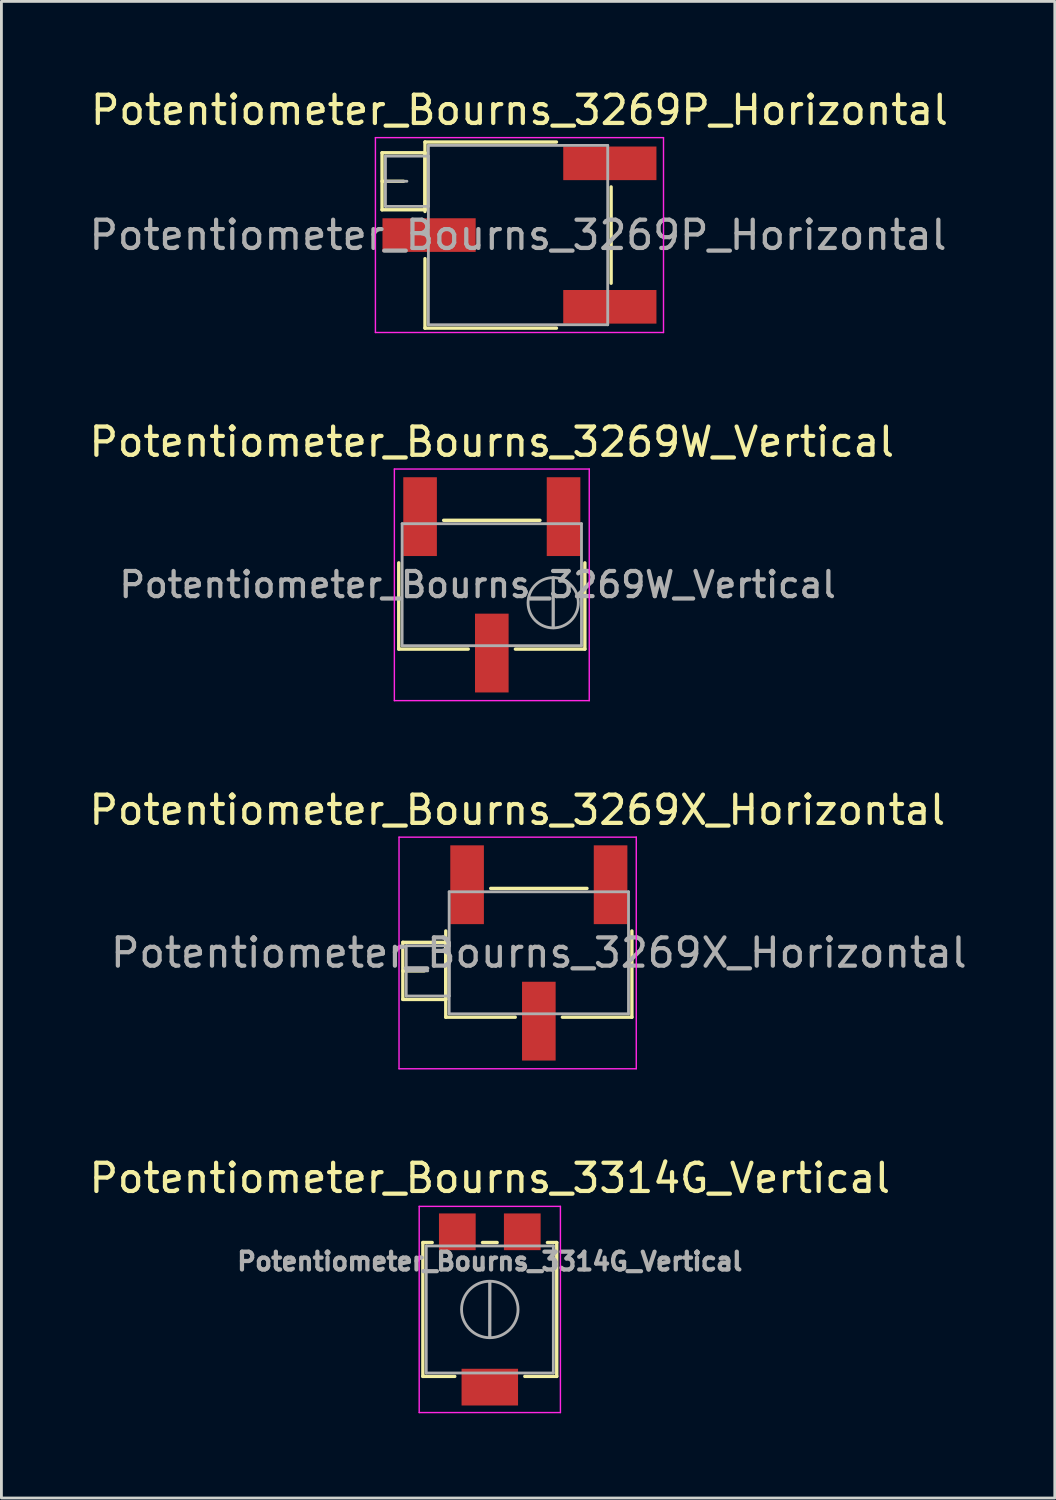
<source format=kicad_pcb>
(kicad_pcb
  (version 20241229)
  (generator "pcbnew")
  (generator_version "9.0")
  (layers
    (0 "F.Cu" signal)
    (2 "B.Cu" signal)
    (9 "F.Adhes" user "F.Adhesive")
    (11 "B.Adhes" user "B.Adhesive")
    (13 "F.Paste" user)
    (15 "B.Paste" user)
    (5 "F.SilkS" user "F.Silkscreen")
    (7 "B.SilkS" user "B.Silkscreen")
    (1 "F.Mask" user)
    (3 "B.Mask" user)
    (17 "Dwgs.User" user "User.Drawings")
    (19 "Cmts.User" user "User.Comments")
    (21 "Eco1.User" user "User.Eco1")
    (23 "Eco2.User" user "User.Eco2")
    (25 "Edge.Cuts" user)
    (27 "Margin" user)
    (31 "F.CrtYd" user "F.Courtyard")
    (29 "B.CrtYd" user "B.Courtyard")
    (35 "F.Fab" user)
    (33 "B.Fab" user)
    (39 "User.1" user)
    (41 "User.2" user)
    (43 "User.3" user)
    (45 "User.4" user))
  (footprint "Potentiometer_Bourns_3269W_Vertical"
    (layer "F.Cu")
    (at 14.363 17.657)
    (property "Reference" "Potentiometer_Bourns_3269W_Vertical" (at 0 -5.06 0) (layer "F.SilkS") (effects (font (size 1 1) (thickness 0.15))))
    (attr smd)
    (fp_line (start -3.295 -0.779) (end -3.295 2.275) (stroke (width 0.12) (type solid)) (layer "F.SilkS"))
    (fp_line (start -3.295 2.275) (end -0.835 2.275) (stroke (width 0.12) (type solid)) (layer "F.SilkS"))
    (fp_line (start -1.705 -2.285) (end 1.705 -2.285) (stroke (width 0.12) (type solid)) (layer "F.SilkS"))
    (fp_line (start 0.835 2.275) (end 3.295 2.275) (stroke (width 0.12) (type solid)) (layer "F.SilkS"))
    (fp_line (start 3.295 -0.779) (end 3.295 2.275) (stroke (width 0.12) (type solid)) (layer "F.SilkS"))
    (fp_line (start -3.45 -4.1) (end -3.45 4.1) (stroke (width 0.05) (type solid)) (layer "F.CrtYd"))
    (fp_line (start -3.45 4.1) (end 3.45 4.1) (stroke (width 0.05) (type solid)) (layer "F.CrtYd"))
    (fp_line (start 3.45 -4.1) (end -3.45 -4.1) (stroke (width 0.05) (type solid)) (layer "F.CrtYd"))
    (fp_line (start 3.45 4.1) (end 3.45 -4.1) (stroke (width 0.05) (type solid)) (layer "F.CrtYd"))
    (fp_line (start -3.175 -2.165) (end -3.175 2.155) (stroke (width 0.1) (type solid)) (layer "F.Fab"))
    (fp_line (start -3.175 2.155) (end 3.175 2.155) (stroke (width 0.1) (type solid)) (layer "F.Fab"))
    (fp_line (start 2.173 1.517) (end 2.174 -0.246) (stroke (width 0.1) (type solid)) (layer "F.Fab"))
    (fp_line (start 2.173 1.517) (end 2.174 -0.246) (stroke (width 0.1) (type solid)) (layer "F.Fab"))
    (fp_line (start 3.175 -2.165) (end -3.175 -2.165) (stroke (width 0.1) (type solid)) (layer "F.Fab"))
    (fp_line (start 3.175 2.155) (end 3.175 -2.165) (stroke (width 0.1) (type solid)) (layer "F.Fab"))
    (fp_circle (center 2.173 0.635) (end 3.063 0.635) (stroke (width 0.1) (type solid)) (fill no) (layer "F.Fab"))
    (fp_text user "${REFERENCE}" (at -0.501 -0.005 0) (layer "F.Fab") (effects (font (size 0.89 0.89) (thickness 0.15))))
    (pad "1" smd rect (at 2.54 -2.415) (size 1.19 2.79) (layers "F.Cu" "F.Mask" "F.Paste"))
    (pad "2" smd rect (at 0 2.415) (size 1.19 2.79) (layers "F.Cu" "F.Mask" "F.Paste"))
    (pad "3" smd rect (at -2.54 -2.415) (size 1.19 2.79) (layers "F.Cu" "F.Mask" "F.Paste")))
  (footprint "Potentiometer_Bourns_3269X_Horizontal"
    (layer "F.Cu")
    (at 16.028 30.69)
    (property "Reference" "Potentiometer_Bourns_3269X_Horizontal" (at -0.76 -5.06 0) (layer "F.SilkS") (effects (font (size 1 1) (thickness 0.15))))
    (attr smd)
    (fp_line (start -4.815 -0.375) (end -4.815 1.645) (stroke (width 0.12) (type solid)) (layer "F.SilkS"))
    (fp_line (start -4.815 -0.375) (end -3.296 -0.375) (stroke (width 0.12) (type solid)) (layer "F.SilkS"))
    (fp_line (start -4.815 0.635) (end -4.056 0.635) (stroke (width 0.12) (type solid)) (layer "F.SilkS"))
    (fp_line (start -4.815 1.645) (end -3.296 1.645) (stroke (width 0.12) (type solid)) (layer "F.SilkS"))
    (fp_line (start -3.296 -0.375) (end -3.296 1.645) (stroke (width 0.12) (type solid)) (layer "F.SilkS"))
    (fp_line (start -3.295 -0.779) (end -3.295 2.275) (stroke (width 0.12) (type solid)) (layer "F.SilkS"))
    (fp_line (start -3.295 2.275) (end -0.835 2.275) (stroke (width 0.12) (type solid)) (layer "F.SilkS"))
    (fp_line (start -1.705 -2.285) (end 1.705 -2.285) (stroke (width 0.12) (type solid)) (layer "F.SilkS"))
    (fp_line (start 0.835 2.275) (end 3.295 2.275) (stroke (width 0.12) (type solid)) (layer "F.SilkS"))
    (fp_line (start 3.295 -0.779) (end 3.295 2.275) (stroke (width 0.12) (type solid)) (layer "F.SilkS"))
    (fp_line (start -4.95 -4.1) (end -4.95 4.1) (stroke (width 0.05) (type solid)) (layer "F.CrtYd"))
    (fp_line (start -4.95 4.1) (end 3.45 4.1) (stroke (width 0.05) (type solid)) (layer "F.CrtYd"))
    (fp_line (start 3.45 -4.1) (end -4.95 -4.1) (stroke (width 0.05) (type solid)) (layer "F.CrtYd"))
    (fp_line (start 3.45 4.1) (end 3.45 -4.1) (stroke (width 0.05) (type solid)) (layer "F.CrtYd"))
    (fp_line (start -4.695 -0.255) (end -4.695 1.525) (stroke (width 0.1) (type solid)) (layer "F.Fab"))
    (fp_line (start -4.695 0.635) (end -3.935 0.635) (stroke (width 0.1) (type solid)) (layer "F.Fab"))
    (fp_line (start -4.695 1.525) (end -3.175 1.525) (stroke (width 0.1) (type solid)) (layer "F.Fab"))
    (fp_line (start -3.175 -2.165) (end -3.175 2.155) (stroke (width 0.1) (type solid)) (layer "F.Fab"))
    (fp_line (start -3.175 -0.255) (end -4.695 -0.255) (stroke (width 0.1) (type solid)) (layer "F.Fab"))
    (fp_line (start -3.175 1.525) (end -3.175 -0.255) (stroke (width 0.1) (type solid)) (layer "F.Fab"))
    (fp_line (start -3.175 2.155) (end 3.175 2.155) (stroke (width 0.1) (type solid)) (layer "F.Fab"))
    (fp_line (start 3.175 -2.165) (end -3.175 -2.165) (stroke (width 0.1) (type solid)) (layer "F.Fab"))
    (fp_line (start 3.175 2.155) (end 3.175 -2.165) (stroke (width 0.1) (type solid)) (layer "F.Fab"))
    (fp_text user "${REFERENCE}" (at 0 -0.005 0) (layer "F.Fab") (effects (font (size 1 1) (thickness 0.15))))
    (pad "1" smd rect (at 2.54 -2.415) (size 1.19 2.79) (layers "F.Cu" "F.Mask" "F.Paste"))
    (pad "2" smd rect (at 0 2.415) (size 1.19 2.79) (layers "F.Cu" "F.Mask" "F.Paste"))
    (pad "3" smd rect (at -2.54 -2.415) (size 1.19 2.79) (layers "F.Cu" "F.Mask" "F.Paste")))
  (footprint "Potentiometer_Bourns_3314G_Vertical"
    (layer "F.Cu")
    (at 14.292 43.313)
    (property "Reference" "Potentiometer_Bourns_3314G_Vertical" (at 0 -4.65 0) (layer "F.SilkS") (effects (font (size 1 1) (thickness 0.15))))
    (attr smd)
    (fp_line (start -2.37 -2.37) (end -2.37 2.37) (stroke (width 0.12) (type solid)) (layer "F.SilkS"))
    (fp_line (start -2.37 -2.37) (end -2.039 -2.37) (stroke (width 0.12) (type solid)) (layer "F.SilkS"))
    (fp_line (start -2.37 2.37) (end -1.24 2.37) (stroke (width 0.12) (type solid)) (layer "F.SilkS"))
    (fp_line (start -0.259 -2.37) (end 0.26 -2.37) (stroke (width 0.12) (type solid)) (layer "F.SilkS"))
    (fp_line (start 1.24 2.37) (end 2.37 2.37) (stroke (width 0.12) (type solid)) (layer "F.SilkS"))
    (fp_line (start 2.04 -2.37) (end 2.37 -2.37) (stroke (width 0.12) (type solid)) (layer "F.SilkS"))
    (fp_line (start 2.37 -2.37) (end 2.37 2.37) (stroke (width 0.12) (type solid)) (layer "F.SilkS"))
    (fp_line (start -2.5 -3.65) (end -2.5 3.65) (stroke (width 0.05) (type solid)) (layer "F.CrtYd"))
    (fp_line (start -2.5 3.65) (end 2.5 3.65) (stroke (width 0.05) (type solid)) (layer "F.CrtYd"))
    (fp_line (start 2.5 -3.65) (end -2.5 -3.65) (stroke (width 0.05) (type solid)) (layer "F.CrtYd"))
    (fp_line (start 2.5 3.65) (end 2.5 -3.65) (stroke (width 0.05) (type solid)) (layer "F.CrtYd"))
    (fp_line (start -2.25 -2.25) (end -2.25 2.25) (stroke (width 0.1) (type solid)) (layer "F.Fab"))
    (fp_line (start -2.25 2.25) (end 2.25 2.25) (stroke (width 0.1) (type solid)) (layer "F.Fab"))
    (fp_line (start 0 0.99) (end 0.001 -0.989) (stroke (width 0.1) (type solid)) (layer "F.Fab"))
    (fp_line (start 0 0.99) (end 0.001 -0.989) (stroke (width 0.1) (type solid)) (layer "F.Fab"))
    (fp_line (start 2.25 -2.25) (end -2.25 -2.25) (stroke (width 0.1) (type solid)) (layer "F.Fab"))
    (fp_line (start 2.25 2.25) (end 2.25 -2.25) (stroke (width 0.1) (type solid)) (layer "F.Fab"))
    (fp_circle (center 0 0) (end 1 0) (stroke (width 0.1) (type solid)) (fill no) (layer "F.Fab"))
    (fp_text user "${REFERENCE}" (at 0 -1.7 0) (layer "F.Fab") (effects (font (size 0.63 0.63) (thickness 0.15))))
    (pad "1" smd rect (at 1.15 -2.75) (size 1.3 1.3) (layers "F.Cu" "F.Mask" "F.Paste"))
    (pad "2" smd rect (at 0 2.75) (size 2 1.3) (layers "F.Cu" "F.Mask" "F.Paste"))
    (pad "3" smd rect (at -1.15 -2.75) (size 1.3 1.3) (layers "F.Cu" "F.Mask" "F.Paste")))
  (footprint "Potentiometer_Bourns_3269P_Horizontal"
    (layer "F.Cu")
    (at 15.342 5.273)
    (property "Reference" "Potentiometer_Bourns_3269P_Horizontal" (at 0 -4.425 0) (layer "F.SilkS") (effects (font (size 1 1) (thickness 0.15))))
    (attr smd)
    (fp_line (start -4.865 -2.915) (end -4.865 -0.895) (stroke (width 0.12) (type solid)) (layer "F.SilkS"))
    (fp_line (start -4.865 -2.915) (end -3.346 -2.915) (stroke (width 0.12) (type solid)) (layer "F.SilkS"))
    (fp_line (start -4.865 -1.905) (end -4.106 -1.905) (stroke (width 0.12) (type solid)) (layer "F.SilkS"))
    (fp_line (start -4.865 -0.895) (end -3.346 -0.895) (stroke (width 0.12) (type solid)) (layer "F.SilkS"))
    (fp_line (start -3.346 -2.915) (end -3.346 -0.895) (stroke (width 0.12) (type solid)) (layer "F.SilkS"))
    (fp_line (start -3.345 -3.295) (end -3.345 -0.835) (stroke (width 0.12) (type solid)) (layer "F.SilkS"))
    (fp_line (start -3.345 -3.295) (end 1.31 -3.295) (stroke (width 0.12) (type solid)) (layer "F.SilkS"))
    (fp_line (start -3.345 0.835) (end -3.345 3.295) (stroke (width 0.12) (type solid)) (layer "F.SilkS"))
    (fp_line (start -3.345 3.295) (end 1.31 3.295) (stroke (width 0.12) (type solid)) (layer "F.SilkS"))
    (fp_line (start 3.245 -1.705) (end 3.245 1.705) (stroke (width 0.12) (type solid)) (layer "F.SilkS"))
    (fp_line (start -5.1 -3.45) (end -5.1 3.45) (stroke (width 0.05) (type solid)) (layer "F.CrtYd"))
    (fp_line (start -5.1 3.45) (end 5.1 3.45) (stroke (width 0.05) (type solid)) (layer "F.CrtYd"))
    (fp_line (start 5.1 -3.45) (end -5.1 -3.45) (stroke (width 0.05) (type solid)) (layer "F.CrtYd"))
    (fp_line (start 5.1 3.45) (end 5.1 -3.45) (stroke (width 0.05) (type solid)) (layer "F.CrtYd"))
    (fp_line (start -4.745 -2.795) (end -4.745 -1.015) (stroke (width 0.1) (type solid)) (layer "F.Fab"))
    (fp_line (start -4.745 -1.905) (end -3.985 -1.905) (stroke (width 0.1) (type solid)) (layer "F.Fab"))
    (fp_line (start -4.745 -1.015) (end -3.225 -1.015) (stroke (width 0.1) (type solid)) (layer "F.Fab"))
    (fp_line (start -3.225 -3.175) (end -3.225 3.175) (stroke (width 0.1) (type solid)) (layer "F.Fab"))
    (fp_line (start -3.225 -2.795) (end -4.745 -2.795) (stroke (width 0.1) (type solid)) (layer "F.Fab"))
    (fp_line (start -3.225 -1.015) (end -3.225 -2.795) (stroke (width 0.1) (type solid)) (layer "F.Fab"))
    (fp_line (start -3.225 3.175) (end 3.125 3.175) (stroke (width 0.1) (type solid)) (layer "F.Fab"))
    (fp_line (start 3.125 -3.175) (end -3.225 -3.175) (stroke (width 0.1) (type solid)) (layer "F.Fab"))
    (fp_line (start 3.125 3.175) (end 3.125 -3.175) (stroke (width 0.1) (type solid)) (layer "F.Fab"))
    (fp_text user "${REFERENCE}" (at -0.05 0 0) (layer "F.Fab") (effects (font (size 1 1) (thickness 0.15))))
    (pad "1" smd rect (at 3.2 -2.54) (size 3.3 1.19) (layers "F.Cu" "F.Mask" "F.Paste"))
    (pad "2" smd rect (at -3.2 0) (size 3.3 1.19) (layers "F.Cu" "F.Mask" "F.Paste"))
    (pad "3" smd rect (at 3.2 2.54) (size 3.3 1.19) (layers "F.Cu" "F.Mask" "F.Paste")))
  (gr_rect
    (start -3 -3)
    (end 34.296 49.988)
    (stroke (width 0.1) (type default))
    (fill no)
    (layer "Edge.Cuts")))
</source>
